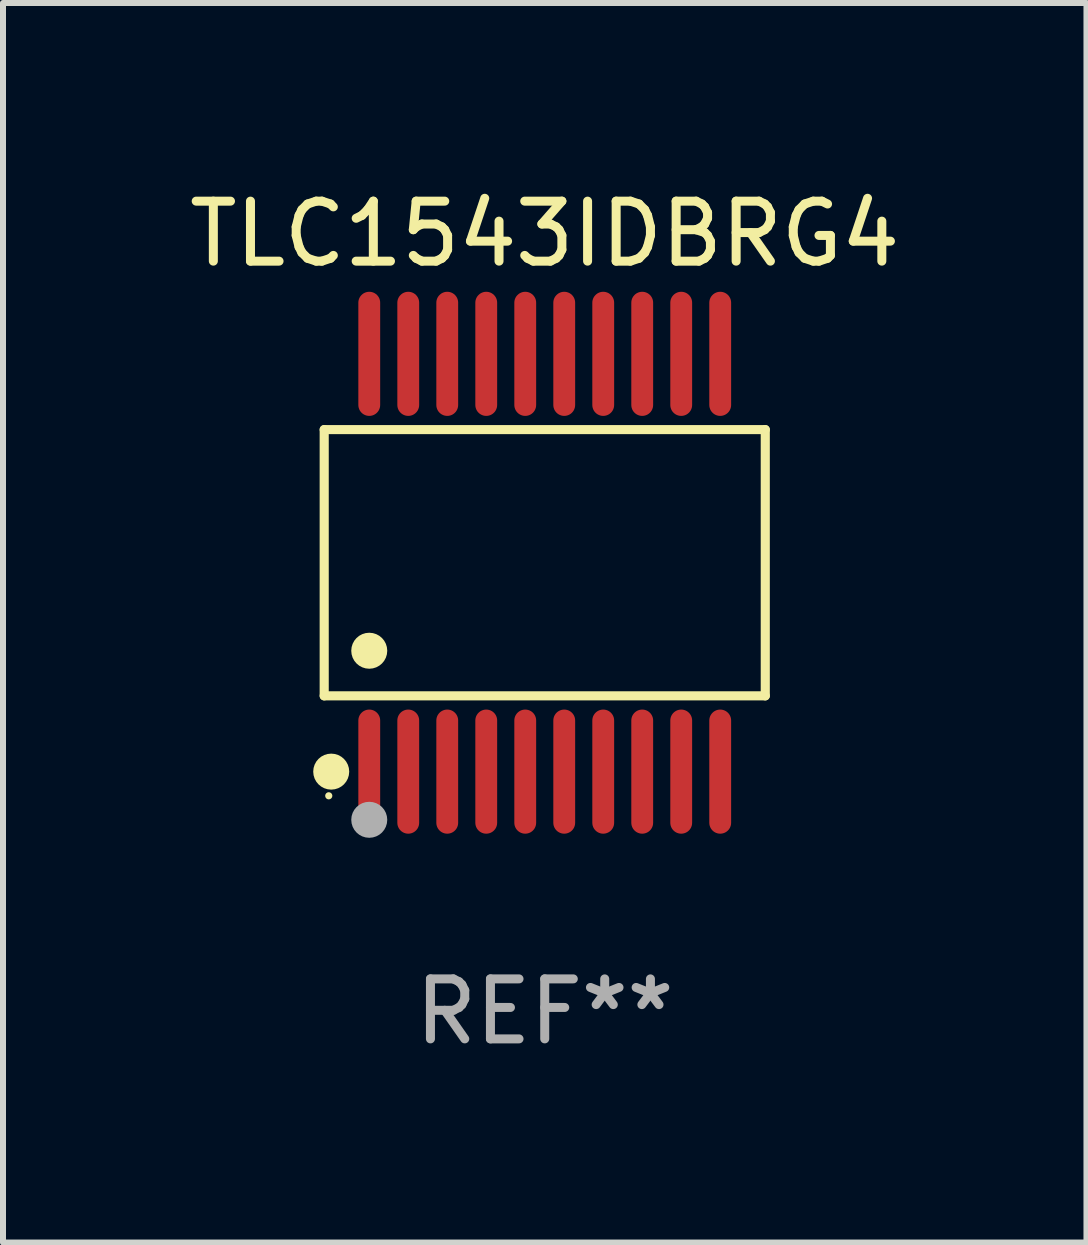
<source format=kicad_pcb>
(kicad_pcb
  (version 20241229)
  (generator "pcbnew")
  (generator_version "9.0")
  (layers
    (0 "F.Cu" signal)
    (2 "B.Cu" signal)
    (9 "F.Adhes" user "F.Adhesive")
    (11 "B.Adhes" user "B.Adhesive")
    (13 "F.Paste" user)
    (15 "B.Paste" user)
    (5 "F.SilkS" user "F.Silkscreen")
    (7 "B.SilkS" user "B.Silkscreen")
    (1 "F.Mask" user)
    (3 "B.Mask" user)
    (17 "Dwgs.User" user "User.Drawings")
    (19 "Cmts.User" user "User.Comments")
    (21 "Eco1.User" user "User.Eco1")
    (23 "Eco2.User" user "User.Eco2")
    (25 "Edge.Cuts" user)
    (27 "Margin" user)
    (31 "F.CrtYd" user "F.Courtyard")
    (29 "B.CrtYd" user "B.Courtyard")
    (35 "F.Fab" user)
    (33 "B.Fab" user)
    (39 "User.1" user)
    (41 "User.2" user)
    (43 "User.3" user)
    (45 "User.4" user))
  (footprint "TLC1543IDBRG4"
    (layer "F.Cu")
    (at 6.03 6.33)
    (property "Reference" "TLC1543IDBRG4" (at 0 -5.482 0) (layer "F.SilkS") (effects (font (size 1 1) (thickness 0.15))))
    (attr through_hole)
    (fp_line (start -3.676 -2.219) (end 3.676 -2.219) (stroke (width 0.152) (type solid)) (layer "F.SilkS"))
    (fp_line (start -3.676 2.219) (end -3.676 -2.219) (stroke (width 0.152) (type solid)) (layer "F.SilkS"))
    (fp_line (start 3.676 -2.219) (end 3.676 2.219) (stroke (width 0.152) (type solid)) (layer "F.SilkS"))
    (fp_line (start 3.676 2.219) (end -3.676 2.219) (stroke (width 0.152) (type solid)) (layer "F.SilkS"))
    (fp_circle (center -3.6 3.885) (end -3.57 3.885) (stroke (width 0.06) (type solid)) (fill no) (layer "F.SilkS"))
    (fp_circle (center -3.559 3.482) (end -3.409 3.482) (stroke (width 0.3) (type solid)) (fill no) (layer "F.SilkS"))
    (fp_circle (center -2.925 1.467) (end -2.775 1.467) (stroke (width 0.3) (type solid)) (fill no) (layer "F.SilkS"))
    (fp_circle (center -2.925 4.285) (end -2.775 4.285) (stroke (width 0.3) (type solid)) (fill no) (layer "F.Fab"))
    (fp_text user "REF**" (at 0 7.482 0) (layer "F.Fab") (effects (font (size 1 1) (thickness 0.15))))
    (pad "1" smd oval (at -2.925 3.482) (size 0.364 2.069) (layers "F.Cu" "F.Mask" "F.Paste"))
    (pad "2" smd oval (at -2.275 3.482) (size 0.364 2.069) (layers "F.Cu" "F.Mask" "F.Paste"))
    (pad "3" smd oval (at -1.625 3.482) (size 0.364 2.069) (layers "F.Cu" "F.Mask" "F.Paste"))
    (pad "4" smd oval (at -0.975 3.482) (size 0.364 2.069) (layers "F.Cu" "F.Mask" "F.Paste"))
    (pad "5" smd oval (at -0.325 3.482) (size 0.364 2.069) (layers "F.Cu" "F.Mask" "F.Paste"))
    (pad "6" smd oval (at 0.325 3.482) (size 0.364 2.069) (layers "F.Cu" "F.Mask" "F.Paste"))
    (pad "7" smd oval (at 0.975 3.482) (size 0.364 2.069) (layers "F.Cu" "F.Mask" "F.Paste"))
    (pad "8" smd oval (at 1.625 3.482) (size 0.364 2.069) (layers "F.Cu" "F.Mask" "F.Paste"))
    (pad "9" smd oval (at 2.275 3.482) (size 0.364 2.069) (layers "F.Cu" "F.Mask" "F.Paste"))
    (pad "10" smd oval (at 2.925 3.482) (size 0.364 2.069) (layers "F.Cu" "F.Mask" "F.Paste"))
    (pad "11" smd oval (at 2.925 -3.482) (size 0.364 2.069) (layers "F.Cu" "F.Mask" "F.Paste"))
    (pad "12" smd oval (at 2.275 -3.482) (size 0.364 2.069) (layers "F.Cu" "F.Mask" "F.Paste"))
    (pad "13" smd oval (at 1.625 -3.482) (size 0.364 2.069) (layers "F.Cu" "F.Mask" "F.Paste"))
    (pad "14" smd oval (at 0.975 -3.482) (size 0.364 2.069) (layers "F.Cu" "F.Mask" "F.Paste"))
    (pad "15" smd oval (at 0.325 -3.482) (size 0.364 2.069) (layers "F.Cu" "F.Mask" "F.Paste"))
    (pad "16" smd oval (at -0.325 -3.482) (size 0.364 2.069) (layers "F.Cu" "F.Mask" "F.Paste"))
    (pad "17" smd oval (at -0.975 -3.482) (size 0.364 2.069) (layers "F.Cu" "F.Mask" "F.Paste"))
    (pad "18" smd oval (at -1.625 -3.482) (size 0.364 2.069) (layers "F.Cu" "F.Mask" "F.Paste"))
    (pad "19" smd oval (at -2.275 -3.482) (size 0.364 2.069) (layers "F.Cu" "F.Mask" "F.Paste"))
    (pad "20" smd oval (at -2.925 -3.482) (size 0.364 2.069) (layers "F.Cu" "F.Mask" "F.Paste")))
  (gr_rect
    (start -3 -3)
    (end 15.06 17.661)
    (stroke (width 0.1) (type default))
    (fill no)
    (layer "Edge.Cuts")))
</source>
